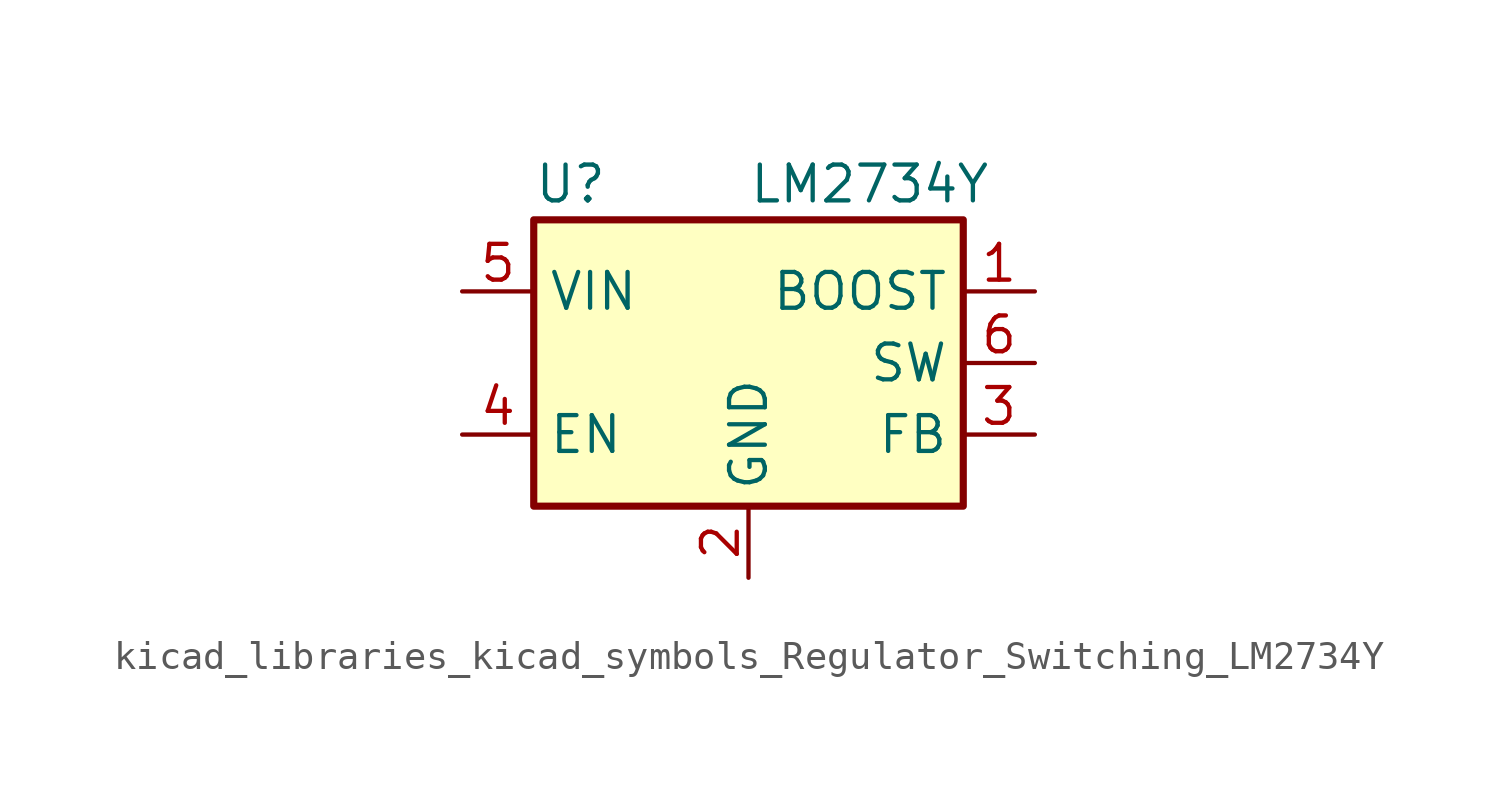
<source format=kicad_sym>
(kicad_symbol_lib
  (version 20220914)
  (generator kicad_symbol_editor)
  (symbol "kicad_libraries_kicad_symbols_Regulator_Switching_LM2734Y"
    (property "Reference" "U"
      (at -7.62 6.35 0)
      (effects (font (size 1.27 1.27)) (justify left)))
    (property "Value" "LM2734Y"
      (at 0 6.35 0)
      (effects (font (size 1.27 1.27)) (justify left)))
    (symbol "kicad_libraries_kicad_symbols_Regulator_Switching_LM2734Y_0_1"
      (rectangle (start -7.62 5.08) (end 7.62 -5.08) (stroke (width 0.254) (type default)) (fill (type background)))
      (pin input line (at 10.16 2.54 180) (length 2.54) (name "BOOST" (effects (font (size 1.27 1.27)))) (number "1" (effects (font (size 1.27 1.27))))))
    (symbol "kicad_libraries_kicad_symbols_Regulator_Switching_LM2734Y_1_1"
      (pin power_in line (at 0 -7.62 90) (length 2.54) (name "GND" (effects (font (size 1.27 1.27)))) (number "2" (effects (font (size 1.27 1.27)))))
      (pin input line (at 10.16 -2.54 180) (length 2.54) (name "FB" (effects (font (size 1.27 1.27)))) (number "3" (effects (font (size 1.27 1.27)))))
      (pin input line (at -10.16 -2.54 0) (length 2.54) (name "EN" (effects (font (size 1.27 1.27)))) (number "4" (effects (font (size 1.27 1.27)))))
      (pin power_in line (at -10.16 2.54 0) (length 2.54) (name "VIN" (effects (font (size 1.27 1.27)))) (number "5" (effects (font (size 1.27 1.27)))))
      (pin output line (at 10.16 0 180) (length 2.54) (name "SW" (effects (font (size 1.27 1.27)))) (number "6" (effects (font (size 1.27 1.27))))))))
</source>
